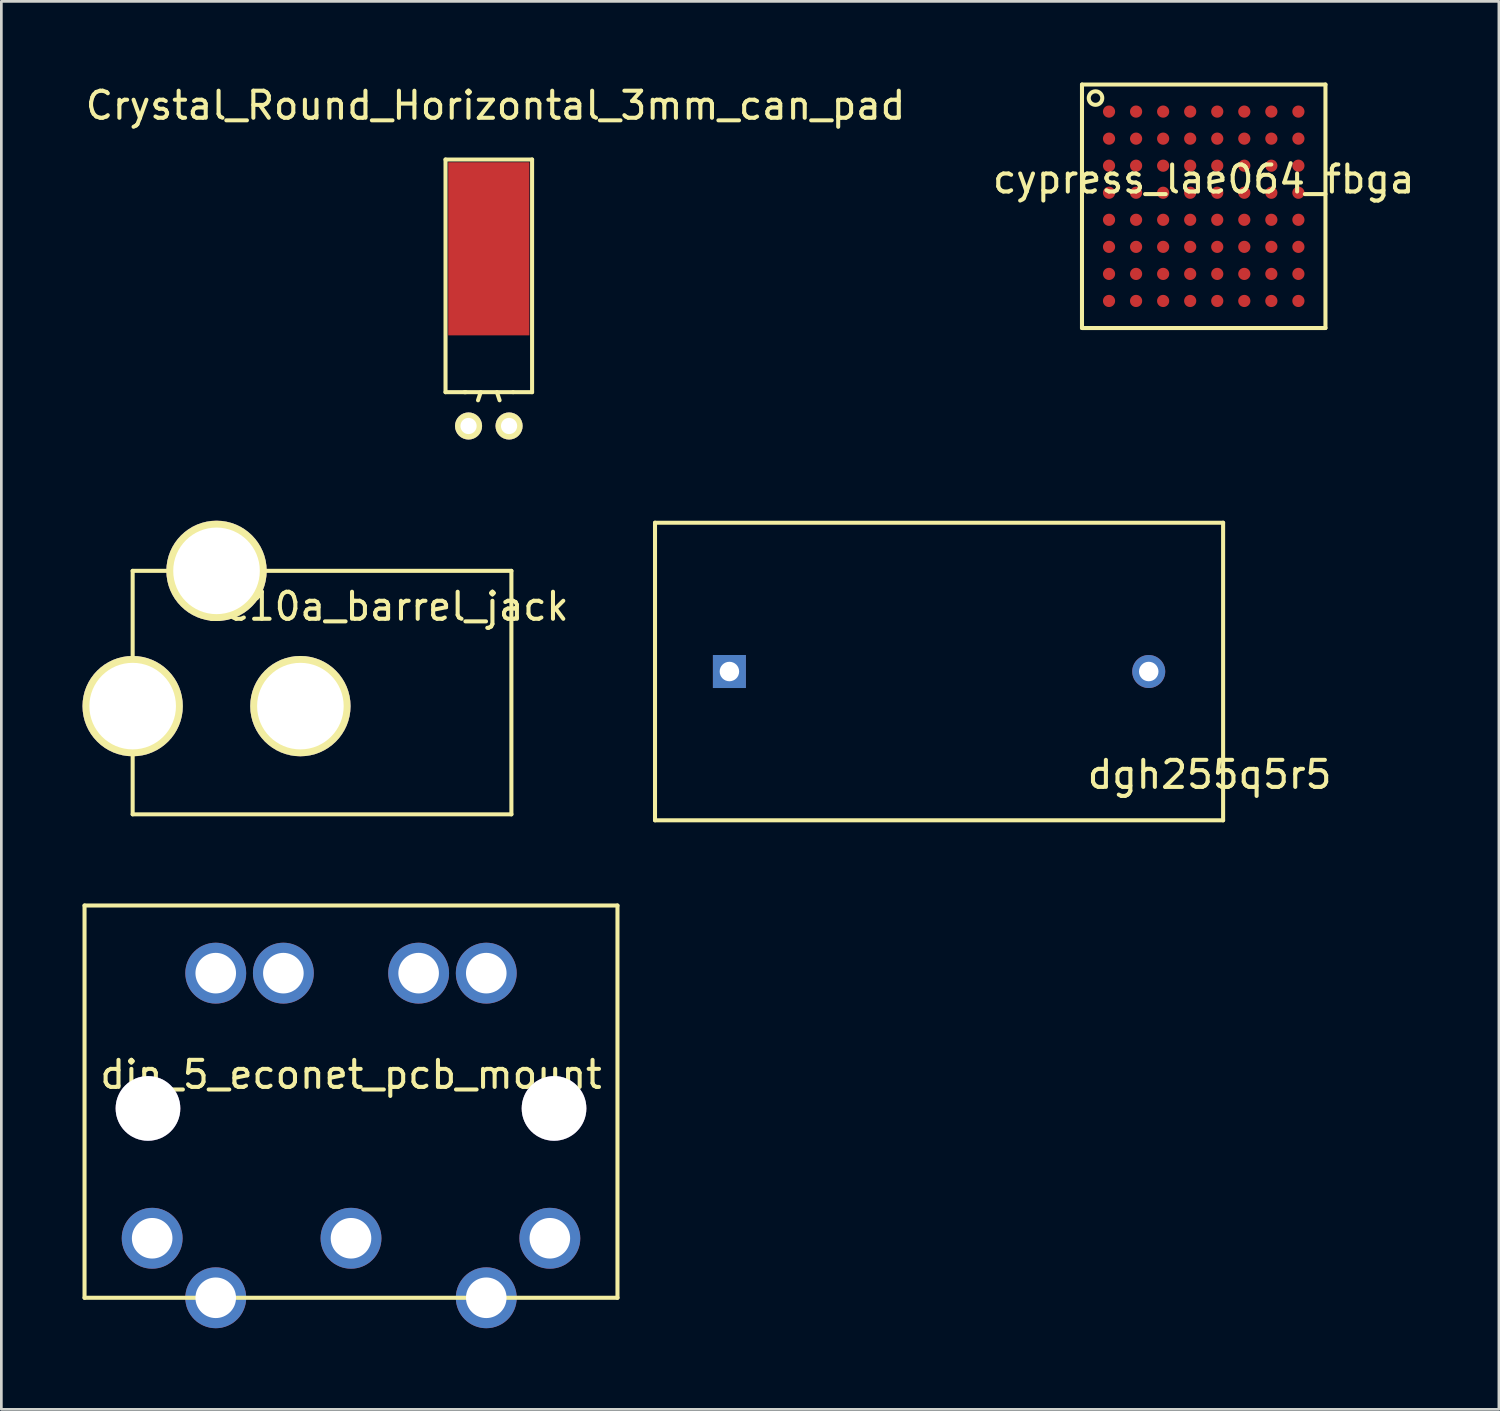
<source format=kicad_pcb>
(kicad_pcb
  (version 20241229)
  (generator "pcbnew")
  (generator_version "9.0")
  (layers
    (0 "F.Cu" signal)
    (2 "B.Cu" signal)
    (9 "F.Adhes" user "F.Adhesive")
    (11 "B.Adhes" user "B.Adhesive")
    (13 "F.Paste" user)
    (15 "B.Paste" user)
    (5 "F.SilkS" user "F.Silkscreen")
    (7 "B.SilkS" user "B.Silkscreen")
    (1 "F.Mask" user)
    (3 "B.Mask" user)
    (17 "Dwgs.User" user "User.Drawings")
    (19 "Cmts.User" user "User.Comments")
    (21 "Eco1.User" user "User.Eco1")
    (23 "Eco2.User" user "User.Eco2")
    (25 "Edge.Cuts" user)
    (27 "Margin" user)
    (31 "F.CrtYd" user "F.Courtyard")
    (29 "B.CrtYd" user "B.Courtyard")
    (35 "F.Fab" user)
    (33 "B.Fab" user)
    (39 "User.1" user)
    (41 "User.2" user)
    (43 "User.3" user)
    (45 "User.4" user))
  (footprint "dgh255q5r5"
    (layer "F.Cu")
    (at 31.663 21.773)
    (property "Reference" "dgh255q5r5" (at 10 3.81 0) (layer "F.SilkS") (effects (font (size 1 1) (thickness 0.15))))
    (attr through_hole)
    (fp_line (start -10.5 -5.5) (end 10.5 -5.5) (stroke (width 0.15) (type solid)) (layer "F.SilkS"))
    (fp_line (start -10.5 5.5) (end -10.5 -5.5) (stroke (width 0.15) (type solid)) (layer "F.SilkS"))
    (fp_line (start 10.5 5.5) (end -10.5 5.5) (stroke (width 0.15) (type solid)) (layer "F.SilkS"))
    (fp_line (start 10.5 5.5) (end 10.5 -5.5) (stroke (width 0.15) (type solid)) (layer "F.SilkS"))
    (pad "1" thru_hole rect (at -7.75 0) (size 1.22 1.22) (drill 0.72) (layers "*.Cu" "*.Mask"))
    (pad "2" thru_hole circle (at 7.75 0) (size 1.22 1.22) (drill 0.72) (layers "*.Cu" "*.Mask")))
  (footprint "din_5_econet_pcb_mount"
    (layer "F.Cu")
    (at 9.925 37.673)
    (property "Reference" "din_5_econet_pcb_mount" (at 0 -1 0) (layer "F.SilkS") (effects (font (size 1 1) (thickness 0.15))))
    (attr through_hole)
    (fp_line (start -9.85 -7.25) (end -9.85 7.25) (stroke (width 0.15) (type solid)) (layer "F.SilkS"))
    (fp_line (start -9.85 7.25) (end 9.85 7.25) (stroke (width 0.15) (type solid)) (layer "F.SilkS"))
    (fp_line (start 9.85 -7.25) (end -9.85 -7.25) (stroke (width 0.15) (type solid)) (layer "F.SilkS"))
    (fp_line (start 9.85 7.25) (end 9.85 -7.25) (stroke (width 0.15) (type solid)) (layer "F.SilkS"))
    (pad "1" thru_hole circle (at -7.35 5.05) (size 2.25 2.25) (drill 1.5) (layers "*.Cu" "*.Mask"))
    (pad "2" thru_hole circle (at 0 5.05) (size 2.25 2.25) (drill 1.5) (layers "*.Cu" "*.Mask"))
    (pad "3" thru_hole circle (at 7.35 5.05) (size 2.25 2.25) (drill 1.5) (layers "*.Cu" "*.Mask"))
    (pad "4" thru_hole circle (at -5 7.25) (size 2.25 2.25) (drill 1.5) (layers "*.Cu" "*.Mask"))
    (pad "5" thru_hole circle (at 5 7.25) (size 2.25 2.25) (drill 1.5) (layers "*.Cu" "*.Mask"))
    (pad "M1" thru_hole circle (at -7.505 0.25) (size 2.39 2.39) (drill 2.39) (layers "*.Cu" "*.Mask"))
    (pad "M2" thru_hole circle (at 7.505 0.25) (size 2.39 2.39) (drill 2.39) (layers "*.Cu" "*.Mask"))
    (pad "S1" thru_hole circle (at -5 -4.75) (size 2.25 2.25) (drill 1.5) (layers "*.Cu" "*.Mask"))
    (pad "S2" thru_hole circle (at -2.5 -4.75) (size 2.25 2.25) (drill 1.5) (layers "*.Cu" "*.Mask"))
    (pad "S3" thru_hole circle (at 2.5 -4.75) (size 2.25 2.25) (drill 1.5) (layers "*.Cu" "*.Mask"))
    (pad "S4" thru_hole circle (at 5 -4.75) (size 2.25 2.25) (drill 1.5) (layers "*.Cu" "*.Mask")))
  (footprint "Crystal_Round_Horizontal_3mm_can_pad"
    (layer "F.Cu")
    (at 15.019 12.697)
    (property "Reference" "Crystal_Round_Horizontal_3mm_can_pad" (at 0.249 -11.849 0) (layer "F.SilkS") (effects (font (size 1 1) (thickness 0.15))))
    (attr through_hole)
    (fp_line (start -1.6 -9.85) (end -1.6 -1.25) (stroke (width 0.15) (type solid)) (layer "F.SilkS"))
    (fp_line (start -0.851 -1.25) (end -1.6 -1.25) (stroke (width 0.15) (type solid)) (layer "F.SilkS"))
    (fp_line (start -0.3 -1.25) (end -0.399 -0.95) (stroke (width 0.15) (type solid)) (layer "F.SilkS"))
    (fp_line (start 0.3 -1.25) (end 0.399 -0.95) (stroke (width 0.15) (type solid)) (layer "F.SilkS"))
    (fp_line (start 0.899 -1.25) (end -0.899 -1.25) (stroke (width 0.15) (type solid)) (layer "F.SilkS"))
    (fp_line (start 0.899 -1.25) (end 1.6 -1.25) (stroke (width 0.15) (type solid)) (layer "F.SilkS"))
    (fp_line (start 1.6 -9.85) (end -1.6 -9.85) (stroke (width 0.15) (type solid)) (layer "F.SilkS"))
    (fp_line (start 1.6 -1.25) (end 1.6 -9.85) (stroke (width 0.15) (type solid)) (layer "F.SilkS"))
    (pad "1" thru_hole circle (at -0.749 0) (size 1.001 1.001) (drill 0.599) (layers "*.Cu" "*.Mask" "F.SilkS"))
    (pad "2" thru_hole circle (at 0.749 0) (size 1.001 1.001) (drill 0.599) (layers "*.Cu" "*.Mask" "F.SilkS"))
    (pad "3" smd rect (at 0 -6.55) (size 3 6.4) (layers "F.Cu" "F.Mask" "F.Paste")))
  (footprint "dc10a_barrel_jack"
    (layer "F.Cu")
    (at 4.954 23.052)
    (property "Reference" "dc10a_barrel_jack" (at 6.223 -3.683 180) (layer "F.SilkS") (effects (font (size 1 1) (thickness 0.15))))
    (attr through_hole)
    (fp_line (start -3.1 -5) (end -3.1 4) (stroke (width 0.15) (type solid)) (layer "F.SilkS"))
    (fp_line (start -3.1 4) (end 10.9 4) (stroke (width 0.15) (type solid)) (layer "F.SilkS"))
    (fp_line (start 10.9 -5) (end -3.1 -5) (stroke (width 0.15) (type solid)) (layer "F.SilkS"))
    (fp_line (start 10.9 4) (end 10.9 -5) (stroke (width 0.15) (type solid)) (layer "F.SilkS"))
    (pad "RING" thru_hole circle (at 3.1 0) (size 3.708 3.708) (drill 3.2) (layers "*.Cu" "*.Mask" "F.SilkS"))
    (pad "SENS" thru_hole circle (at 0 -5) (size 3.708 3.708) (drill 3.2) (layers "*.Cu" "*.Mask" "F.SilkS"))
    (pad "TIP" thru_hole circle (at -3.1 0) (size 3.708 3.708) (drill 3.2) (layers "*.Cu" "*.Mask" "F.SilkS")))
  (footprint "cypress_lae064_fbga"
    (layer "F.Cu")
    (at 41.446 4.575)
    (property "Reference" "cypress_lae064_fbga" (at 0 -1 0) (layer "F.SilkS") (effects (font (size 1 1) (thickness 0.15))))
    (attr through_hole)
    (fp_line (start -4.5 -4.5) (end -4.5 4.5) (stroke (width 0.15) (type solid)) (layer "F.SilkS"))
    (fp_line (start -4.5 4.5) (end 4.5 4.5) (stroke (width 0.15) (type solid)) (layer "F.SilkS"))
    (fp_line (start 4.5 -4.5) (end -4.5 -4.5) (stroke (width 0.15) (type solid)) (layer "F.SilkS"))
    (fp_line (start 4.5 4.5) (end 4.5 -4.5) (stroke (width 0.15) (type solid)) (layer "F.SilkS"))
    (fp_circle (center -4 -4) (end -4 -3.75) (stroke (width 0.15) (type solid)) (fill no) (layer "F.SilkS"))
    (pad "A1" smd circle (at -3.5 -3.5) (size 0.45 0.45) (layers "F.Cu" "F.Mask" "F.Paste"))
    (pad "A2" smd circle (at -2.5 -3.5) (size 0.45 0.45) (layers "F.Cu" "F.Mask" "F.Paste"))
    (pad "A3" smd circle (at -1.5 -3.5) (size 0.45 0.45) (layers "F.Cu" "F.Mask" "F.Paste"))
    (pad "A4" smd circle (at -0.5 -3.5) (size 0.45 0.45) (layers "F.Cu" "F.Mask" "F.Paste"))
    (pad "A5" smd circle (at 0.5 -3.5) (size 0.45 0.45) (layers "F.Cu" "F.Mask" "F.Paste"))
    (pad "A6" smd circle (at 1.5 -3.5) (size 0.45 0.45) (layers "F.Cu" "F.Mask" "F.Paste"))
    (pad "A7" smd circle (at 2.5 -3.5) (size 0.45 0.45) (layers "F.Cu" "F.Mask" "F.Paste"))
    (pad "A8" smd circle (at 3.5 -3.5) (size 0.45 0.45) (layers "F.Cu" "F.Mask" "F.Paste"))
    (pad "B1" smd circle (at -3.5 -2.5) (size 0.45 0.45) (layers "F.Cu" "F.Mask" "F.Paste"))
    (pad "B2" smd circle (at -2.5 -2.5) (size 0.45 0.45) (layers "F.Cu" "F.Mask" "F.Paste"))
    (pad "B3" smd circle (at -1.5 -2.5) (size 0.45 0.45) (layers "F.Cu" "F.Mask" "F.Paste"))
    (pad "B4" smd circle (at -0.5 -2.5) (size 0.45 0.45) (layers "F.Cu" "F.Mask" "F.Paste"))
    (pad "B5" smd circle (at 0.5 -2.5) (size 0.45 0.45) (layers "F.Cu" "F.Mask" "F.Paste"))
    (pad "B6" smd circle (at 1.5 -2.5) (size 0.45 0.45) (layers "F.Cu" "F.Mask" "F.Paste"))
    (pad "B7" smd circle (at 2.5 -2.5) (size 0.45 0.45) (layers "F.Cu" "F.Mask" "F.Paste"))
    (pad "B8" smd circle (at 3.5 -2.5) (size 0.45 0.45) (layers "F.Cu" "F.Mask" "F.Paste"))
    (pad "C1" smd circle (at -3.5 -1.5) (size 0.45 0.45) (layers "F.Cu" "F.Mask" "F.Paste"))
    (pad "C2" smd circle (at -2.5 -1.5) (size 0.45 0.45) (layers "F.Cu" "F.Mask" "F.Paste"))
    (pad "C3" smd circle (at -1.5 -1.5) (size 0.45 0.45) (layers "F.Cu" "F.Mask" "F.Paste"))
    (pad "C4" smd circle (at -0.5 -1.5) (size 0.45 0.45) (layers "F.Cu" "F.Mask" "F.Paste"))
    (pad "C5" smd circle (at 0.5 -1.5) (size 0.45 0.45) (layers "F.Cu" "F.Mask" "F.Paste"))
    (pad "C6" smd circle (at 1.5 -1.5) (size 0.45 0.45) (layers "F.Cu" "F.Mask" "F.Paste"))
    (pad "C7" smd circle (at 2.5 -1.5) (size 0.45 0.45) (layers "F.Cu" "F.Mask" "F.Paste"))
    (pad "C8" smd circle (at 3.5 -1.5) (size 0.45 0.45) (layers "F.Cu" "F.Mask" "F.Paste"))
    (pad "D1" smd circle (at -3.5 -0.5) (size 0.45 0.45) (layers "F.Cu" "F.Mask" "F.Paste"))
    (pad "D2" smd circle (at -2.5 -0.5) (size 0.45 0.45) (layers "F.Cu" "F.Mask" "F.Paste"))
    (pad "D3" smd circle (at -1.5 -0.5) (size 0.45 0.45) (layers "F.Cu" "F.Mask" "F.Paste"))
    (pad "D4" smd circle (at -0.5 -0.5) (size 0.45 0.45) (layers "F.Cu" "F.Mask" "F.Paste"))
    (pad "D5" smd circle (at 0.5 -0.5) (size 0.45 0.45) (layers "F.Cu" "F.Mask" "F.Paste"))
    (pad "D6" smd circle (at 1.5 -0.5) (size 0.45 0.45) (layers "F.Cu" "F.Mask" "F.Paste"))
    (pad "D7" smd circle (at 2.5 -0.5) (size 0.45 0.45) (layers "F.Cu" "F.Mask" "F.Paste"))
    (pad "D8" smd circle (at 3.5 -0.5) (size 0.45 0.45) (layers "F.Cu" "F.Mask" "F.Paste"))
    (pad "E1" smd circle (at -3.5 0.5) (size 0.45 0.45) (layers "F.Cu" "F.Mask" "F.Paste"))
    (pad "E2" smd circle (at -2.5 0.5) (size 0.45 0.45) (layers "F.Cu" "F.Mask" "F.Paste"))
    (pad "E3" smd circle (at -1.5 0.5) (size 0.45 0.45) (layers "F.Cu" "F.Mask" "F.Paste"))
    (pad "E4" smd circle (at -0.5 0.5) (size 0.45 0.45) (layers "F.Cu" "F.Mask" "F.Paste"))
    (pad "E5" smd circle (at 0.5 0.5) (size 0.45 0.45) (layers "F.Cu" "F.Mask" "F.Paste"))
    (pad "E6" smd circle (at 1.5 0.5) (size 0.45 0.45) (layers "F.Cu" "F.Mask" "F.Paste"))
    (pad "E7" smd circle (at 2.5 0.5) (size 0.45 0.45) (layers "F.Cu" "F.Mask" "F.Paste"))
    (pad "E8" smd circle (at 3.5 0.5) (size 0.45 0.45) (layers "F.Cu" "F.Mask" "F.Paste"))
    (pad "F1" smd circle (at -3.5 1.5) (size 0.45 0.45) (layers "F.Cu" "F.Mask" "F.Paste"))
    (pad "F2" smd circle (at -2.5 1.5) (size 0.45 0.45) (layers "F.Cu" "F.Mask" "F.Paste"))
    (pad "F3" smd circle (at -1.5 1.5) (size 0.45 0.45) (layers "F.Cu" "F.Mask" "F.Paste"))
    (pad "F4" smd circle (at -0.5 1.5) (size 0.45 0.45) (layers "F.Cu" "F.Mask" "F.Paste"))
    (pad "F5" smd circle (at 0.5 1.5) (size 0.45 0.45) (layers "F.Cu" "F.Mask" "F.Paste"))
    (pad "F6" smd circle (at 1.5 1.5) (size 0.45 0.45) (layers "F.Cu" "F.Mask" "F.Paste"))
    (pad "F7" smd circle (at 2.5 1.5) (size 0.45 0.45) (layers "F.Cu" "F.Mask" "F.Paste"))
    (pad "F8" smd circle (at 3.5 1.5) (size 0.45 0.45) (layers "F.Cu" "F.Mask" "F.Paste"))
    (pad "G1" smd circle (at -3.5 2.5) (size 0.45 0.45) (layers "F.Cu" "F.Mask" "F.Paste"))
    (pad "G2" smd circle (at -2.5 2.5) (size 0.45 0.45) (layers "F.Cu" "F.Mask" "F.Paste"))
    (pad "G3" smd circle (at -1.5 2.5) (size 0.45 0.45) (layers "F.Cu" "F.Mask" "F.Paste"))
    (pad "G4" smd circle (at -0.5 2.5) (size 0.45 0.45) (layers "F.Cu" "F.Mask" "F.Paste"))
    (pad "G5" smd circle (at 0.5 2.5) (size 0.45 0.45) (layers "F.Cu" "F.Mask" "F.Paste"))
    (pad "G6" smd circle (at 1.5 2.5) (size 0.45 0.45) (layers "F.Cu" "F.Mask" "F.Paste"))
    (pad "G7" smd circle (at 2.5 2.5) (size 0.45 0.45) (layers "F.Cu" "F.Mask" "F.Paste"))
    (pad "G8" smd circle (at 3.5 2.5) (size 0.45 0.45) (layers "F.Cu" "F.Mask" "F.Paste"))
    (pad "H1" smd circle (at -3.5 3.5) (size 0.45 0.45) (layers "F.Cu" "F.Mask" "F.Paste"))
    (pad "H2" smd circle (at -2.5 3.5) (size 0.45 0.45) (layers "F.Cu" "F.Mask" "F.Paste"))
    (pad "H3" smd circle (at -1.5 3.5) (size 0.45 0.45) (layers "F.Cu" "F.Mask" "F.Paste"))
    (pad "H4" smd circle (at -0.5 3.5) (size 0.45 0.45) (layers "F.Cu" "F.Mask" "F.Paste"))
    (pad "H5" smd circle (at 0.5 3.5) (size 0.45 0.45) (layers "F.Cu" "F.Mask" "F.Paste"))
    (pad "H6" smd circle (at 1.5 3.5) (size 0.45 0.45) (layers "F.Cu" "F.Mask" "F.Paste"))
    (pad "H7" smd circle (at 2.5 3.5) (size 0.45 0.45) (layers "F.Cu" "F.Mask" "F.Paste"))
    (pad "H8" smd circle (at 3.5 3.5) (size 0.45 0.45) (layers "F.Cu" "F.Mask" "F.Paste")))
  (gr_rect
    (start -3 -3)
    (end 52.357 49.048)
    (stroke (width 0.1) (type default))
    (fill no)
    (layer "Edge.Cuts")))
</source>
